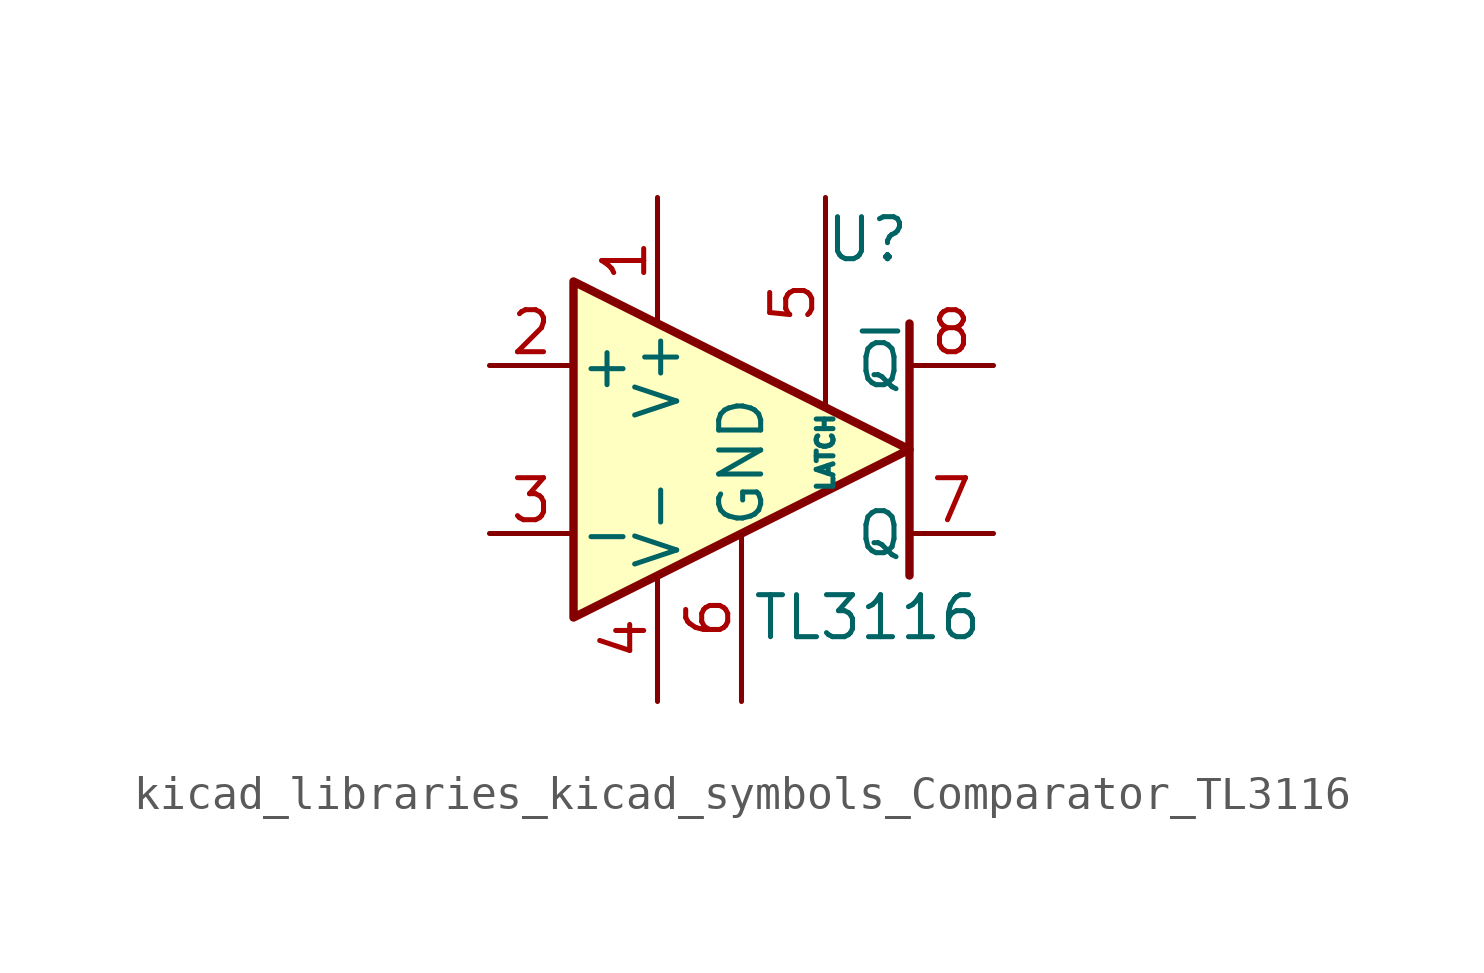
<source format=kicad_sym>
(kicad_symbol_lib
  (version 20220914)
  (generator kicad_symbol_editor)
  (symbol "kicad_libraries_kicad_symbols_Comparator_TL3116"
    (pin_names
      (offset 0.127))
    (property "Reference" "U"
      (at 3.81 6.35 0)
      (effects (font (size 1.27 1.27))))
    (property "Value" "TL3116"
      (at 3.81 -5.08 0)
      (effects (font (size 1.27 1.27))))
    (symbol "kicad_libraries_kicad_symbols_Comparator_TL3116_0_1"
      (polyline (pts (xy 5.08 3.81) (xy 5.08 -3.81)) (stroke (width 0.254) (type default)) (fill (type none)))
      (polyline (pts (xy -5.08 5.08) (xy 5.08 0) (xy -5.08 -5.08) (xy -5.08 5.08)) (stroke (width 0.254) (type default)) (fill (type background))))
    (symbol "kicad_libraries_kicad_symbols_Comparator_TL3116_1_1"
      (pin power_in line (at -2.54 7.62 270) (length 3.81) (name "V+" (effects (font (size 1.27 1.27)))) (number "1" (effects (font (size 1.27 1.27)))))
      (pin input line (at -7.62 2.54 0) (length 2.54) (name "+" (effects (font (size 1.27 1.27)))) (number "2" (effects (font (size 1.27 1.27)))))
      (pin input line (at -7.62 -2.54 0) (length 2.54) (name "-" (effects (font (size 1.27 1.27)))) (number "3" (effects (font (size 1.27 1.27)))))
      (pin power_in line (at -2.54 -7.62 90) (length 3.81) (name "V-" (effects (font (size 1.27 1.27)))) (number "4" (effects (font (size 1.27 1.27)))))
      (pin input line (at 2.54 7.62 270) (length 6.35) (name "LATCH" (effects (font (size 0.508 0.508)))) (number "5" (effects (font (size 1.27 1.27)))))
      (pin power_in line (at 0 -7.62 90) (length 5.08) (name "GND" (effects (font (size 1.27 1.27)))) (number "6" (effects (font (size 1.27 1.27)))))
      (pin output line (at 7.62 -2.54 180) (length 2.54) (name "Q" (effects (font (size 1.27 1.27)))) (number "7" (effects (font (size 1.27 1.27)))))
      (pin output line (at 7.62 2.54 180) (length 2.54) (name "~{Q}" (effects (font (size 1.27 1.27)))) (number "8" (effects (font (size 1.27 1.27))))))))
</source>
